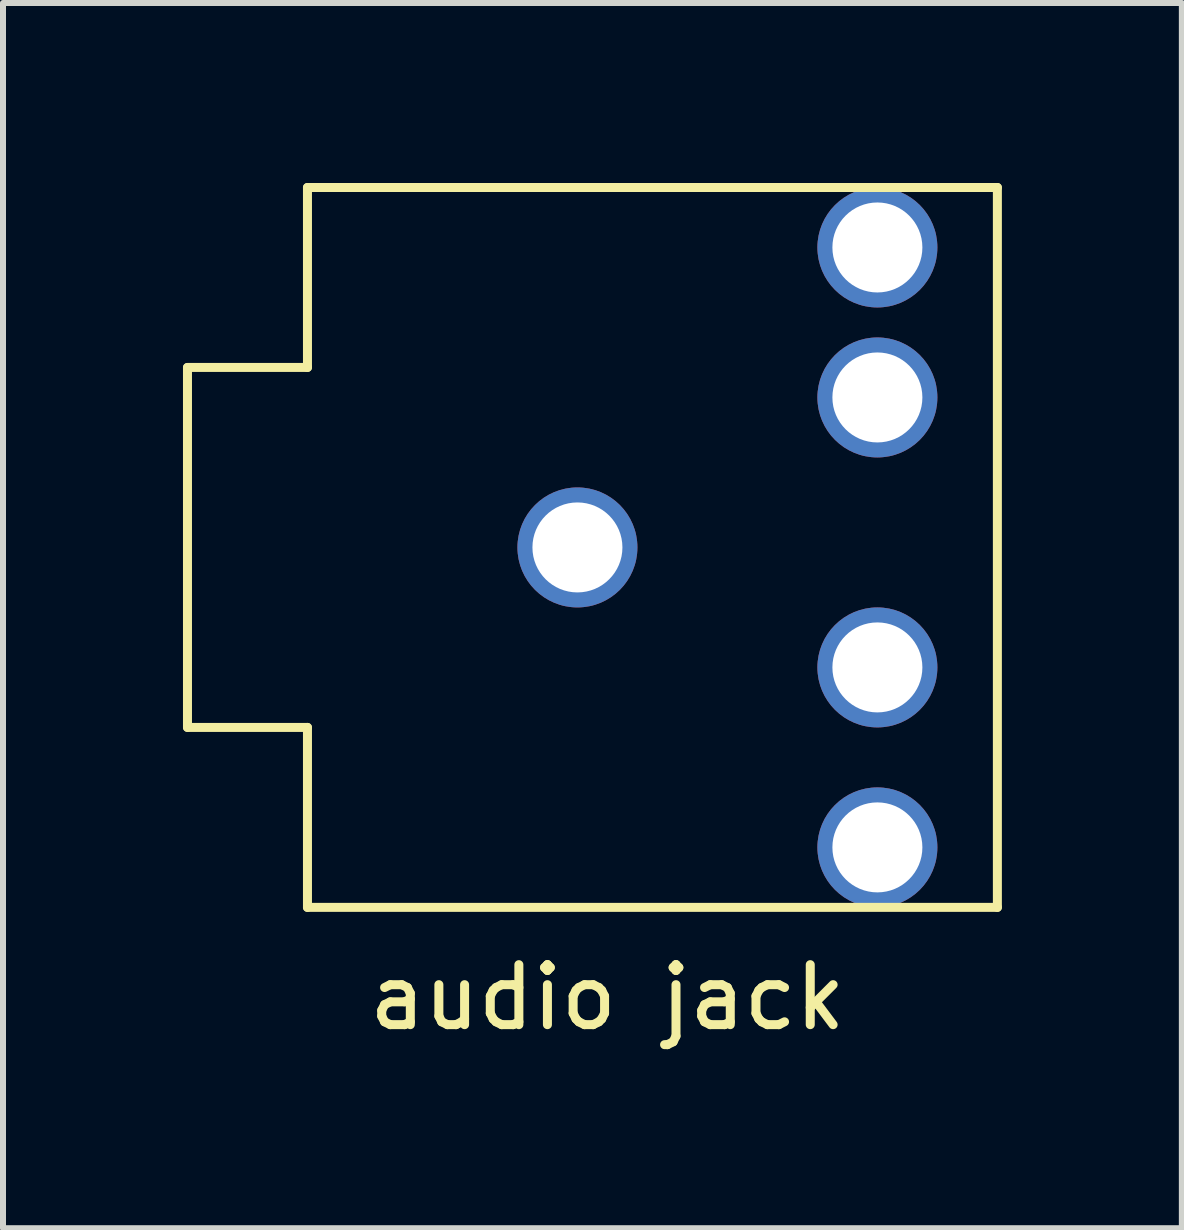
<source format=kicad_pcb>
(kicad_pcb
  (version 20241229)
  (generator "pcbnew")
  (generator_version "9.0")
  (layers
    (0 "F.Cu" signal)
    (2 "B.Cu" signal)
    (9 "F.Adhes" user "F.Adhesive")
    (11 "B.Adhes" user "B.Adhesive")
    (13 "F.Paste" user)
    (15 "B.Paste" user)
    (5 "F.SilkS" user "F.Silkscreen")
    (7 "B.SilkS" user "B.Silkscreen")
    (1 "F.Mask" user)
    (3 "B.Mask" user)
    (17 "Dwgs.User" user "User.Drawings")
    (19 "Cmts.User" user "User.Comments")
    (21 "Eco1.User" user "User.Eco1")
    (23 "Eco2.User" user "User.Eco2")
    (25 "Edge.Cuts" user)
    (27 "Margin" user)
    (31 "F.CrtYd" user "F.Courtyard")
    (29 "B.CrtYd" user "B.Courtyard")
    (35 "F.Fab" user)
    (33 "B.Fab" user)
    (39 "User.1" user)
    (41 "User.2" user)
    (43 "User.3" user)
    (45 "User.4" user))
  (footprint "audio jack"
    (layer "F.Cu")
    (at 6.575 6.075)
    (property "Reference" "audio jack" (at 0.5 7.5 0) (layer "F.SilkS") (effects (font (size 1 1) (thickness 0.15))))
    (attr through_hole)
    (fp_line (start -6.5 -3) (end -4.5 -3) (stroke (width 0.15) (type solid)) (layer "F.SilkS"))
    (fp_line (start -6.5 3) (end -6.5 -3) (stroke (width 0.15) (type solid)) (layer "F.SilkS"))
    (fp_line (start -4.5 -6) (end 7 -6) (stroke (width 0.15) (type solid)) (layer "F.SilkS"))
    (fp_line (start -4.5 -3) (end -4.5 -6) (stroke (width 0.15) (type solid)) (layer "F.SilkS"))
    (fp_line (start -4.5 3) (end -6.5 3) (stroke (width 0.15) (type solid)) (layer "F.SilkS"))
    (fp_line (start -4.5 6) (end -4.5 3) (stroke (width 0.15) (type solid)) (layer "F.SilkS"))
    (fp_line (start 7 -6) (end 7 6) (stroke (width 0.15) (type solid)) (layer "F.SilkS"))
    (fp_line (start 7 6) (end -4.5 6) (stroke (width 0.15) (type solid)) (layer "F.SilkS"))
    (pad "1" thru_hole circle (at 0 0) (size 2 2) (drill 1.5) (layers "*.Cu" "*.Mask"))
    (pad "2" thru_hole circle (at 5 -5) (size 2 2) (drill 1.5) (layers "*.Cu" "*.Mask"))
    (pad "3" thru_hole circle (at 5 5) (size 2 2) (drill 1.5) (layers "*.Cu" "*.Mask"))
    (pad "4" thru_hole circle (at 5 -2.5) (size 2 2) (drill 1.5) (layers "*.Cu" "*.Mask"))
    (pad "5" thru_hole circle (at 5 2) (size 2 2) (drill 1.5) (layers "*.Cu" "*.Mask")))
  (gr_rect
    (start -3 -3)
    (end 16.65 17.423)
    (stroke (width 0.1) (type default))
    (fill no)
    (layer "Edge.Cuts")))
</source>
